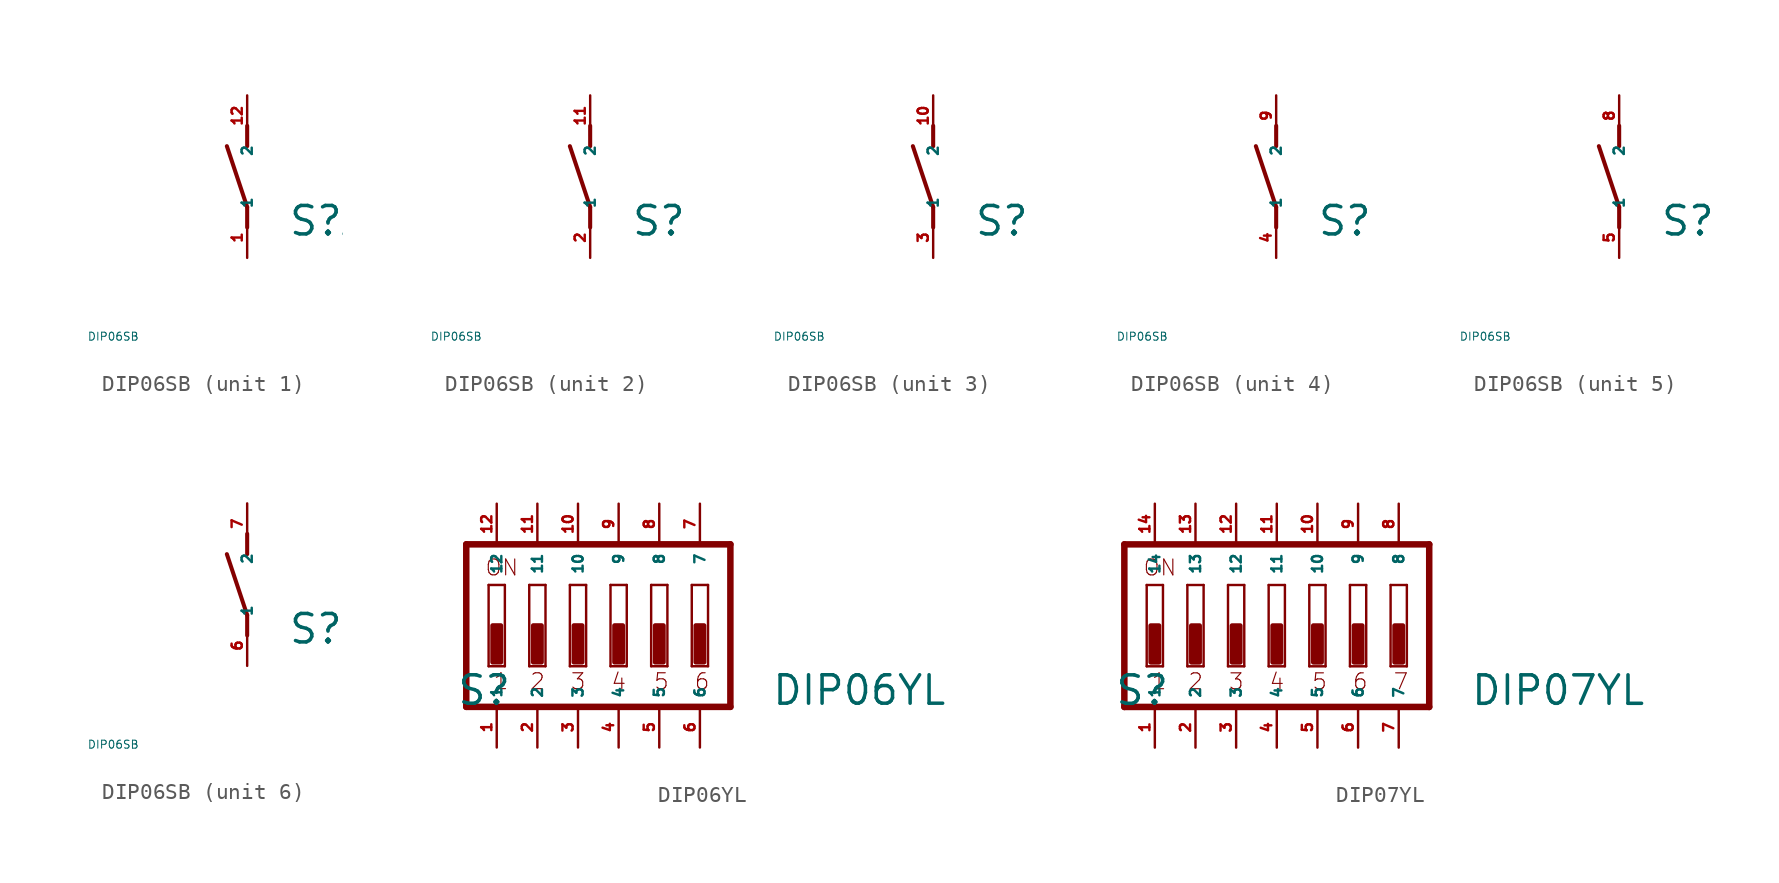
<source format=kicad_sym>
(kicad_symbol_lib
  (version 20220914)
  (generator Eagle2Kicad)
  (symbol "DIP06SB"
    (property "Reference" "S"
      (at 2.54 -3.81 0)
      (effects (font (size 1.778 1.778) (thickness 0.22)) (justify left bottom)))
    (property "Value" "DIP06SB"
      (at -10 -10 0)
      (effects (font (size 0.5 0.5) (thickness 0.06)) (justify left)))
    (symbol "DIP06SB_1_0"
      (polyline (pts (xy 0 -3.175) (xy 0 -1.905)) (stroke (width 0.254) (type default)) (fill (type none)))
      (polyline (pts (xy 0 -1.905) (xy -1.27 1.905)) (stroke (width 0.254) (type default)) (fill (type none)))
      (polyline (pts (xy 0 1.905) (xy 0 3.175)) (stroke (width 0.254) (type default)) (fill (type none)))
      (pin passive line (at 0 -5.08 90) (length 2.54) (name "1" (effects (font (size 0.635 0.635) (thickness 0.08)) (justify left bottom))) (number "1" (effects (font (size 0.635 0.635) (thickness 0.08)) (justify left bottom))))
      (pin passive line (at 0 5.08 270) (length 2.54) (name "2" (effects (font (size 0.635 0.635) (thickness 0.08)) (justify left bottom))) (number "12" (effects (font (size 0.635 0.635) (thickness 0.08)) (justify left bottom)))))
    (symbol "DIP06SB_2_0"
      (polyline (pts (xy 0 -3.175) (xy 0 -1.905)) (stroke (width 0.254) (type default)) (fill (type none)))
      (polyline (pts (xy 0 -1.905) (xy -1.27 1.905)) (stroke (width 0.254) (type default)) (fill (type none)))
      (polyline (pts (xy 0 1.905) (xy 0 3.175)) (stroke (width 0.254) (type default)) (fill (type none)))
      (pin passive line (at 0 -5.08 90) (length 2.54) (name "1" (effects (font (size 0.635 0.635) (thickness 0.08)) (justify left bottom))) (number "2" (effects (font (size 0.635 0.635) (thickness 0.08)) (justify left bottom))))
      (pin passive line (at 0 5.08 270) (length 2.54) (name "2" (effects (font (size 0.635 0.635) (thickness 0.08)) (justify left bottom))) (number "11" (effects (font (size 0.635 0.635) (thickness 0.08)) (justify left bottom)))))
    (symbol "DIP06SB_3_0"
      (polyline (pts (xy 0 -3.175) (xy 0 -1.905)) (stroke (width 0.254) (type default)) (fill (type none)))
      (polyline (pts (xy 0 -1.905) (xy -1.27 1.905)) (stroke (width 0.254) (type default)) (fill (type none)))
      (polyline (pts (xy 0 1.905) (xy 0 3.175)) (stroke (width 0.254) (type default)) (fill (type none)))
      (pin passive line (at 0 -5.08 90) (length 2.54) (name "1" (effects (font (size 0.635 0.635) (thickness 0.08)) (justify left bottom))) (number "3" (effects (font (size 0.635 0.635) (thickness 0.08)) (justify left bottom))))
      (pin passive line (at 0 5.08 270) (length 2.54) (name "2" (effects (font (size 0.635 0.635) (thickness 0.08)) (justify left bottom))) (number "10" (effects (font (size 0.635 0.635) (thickness 0.08)) (justify left bottom)))))
    (symbol "DIP06SB_4_0"
      (polyline (pts (xy 0 -3.175) (xy 0 -1.905)) (stroke (width 0.254) (type default)) (fill (type none)))
      (polyline (pts (xy 0 -1.905) (xy -1.27 1.905)) (stroke (width 0.254) (type default)) (fill (type none)))
      (polyline (pts (xy 0 1.905) (xy 0 3.175)) (stroke (width 0.254) (type default)) (fill (type none)))
      (pin passive line (at 0 -5.08 90) (length 2.54) (name "1" (effects (font (size 0.635 0.635) (thickness 0.08)) (justify left bottom))) (number "4" (effects (font (size 0.635 0.635) (thickness 0.08)) (justify left bottom))))
      (pin passive line (at 0 5.08 270) (length 2.54) (name "2" (effects (font (size 0.635 0.635) (thickness 0.08)) (justify left bottom))) (number "9" (effects (font (size 0.635 0.635) (thickness 0.08)) (justify left bottom)))))
    (symbol "DIP06SB_5_0"
      (polyline (pts (xy 0 -3.175) (xy 0 -1.905)) (stroke (width 0.254) (type default)) (fill (type none)))
      (polyline (pts (xy 0 -1.905) (xy -1.27 1.905)) (stroke (width 0.254) (type default)) (fill (type none)))
      (polyline (pts (xy 0 1.905) (xy 0 3.175)) (stroke (width 0.254) (type default)) (fill (type none)))
      (pin passive line (at 0 -5.08 90) (length 2.54) (name "1" (effects (font (size 0.635 0.635) (thickness 0.08)) (justify left bottom))) (number "5" (effects (font (size 0.635 0.635) (thickness 0.08)) (justify left bottom))))
      (pin passive line (at 0 5.08 270) (length 2.54) (name "2" (effects (font (size 0.635 0.635) (thickness 0.08)) (justify left bottom))) (number "8" (effects (font (size 0.635 0.635) (thickness 0.08)) (justify left bottom)))))
    (symbol "DIP06SB_6_0"
      (polyline (pts (xy 0 -3.175) (xy 0 -1.905)) (stroke (width 0.254) (type default)) (fill (type none)))
      (polyline (pts (xy 0 -1.905) (xy -1.27 1.905)) (stroke (width 0.254) (type default)) (fill (type none)))
      (polyline (pts (xy 0 1.905) (xy 0 3.175)) (stroke (width 0.254) (type default)) (fill (type none)))
      (pin passive line (at 0 -5.08 90) (length 2.54) (name "1" (effects (font (size 0.635 0.635) (thickness 0.08)) (justify left bottom))) (number "6" (effects (font (size 0.635 0.635) (thickness 0.08)) (justify left bottom))))
      (pin passive line (at 0 5.08 270) (length 2.54) (name "2" (effects (font (size 0.635 0.635) (thickness 0.08)) (justify left bottom))) (number "7" (effects (font (size 0.635 0.635) (thickness 0.08)) (justify left bottom))))))
  (symbol "DIP06YL"
    (property "Reference" "S"
      (at -10.16 -5.08 0)
      (effects (font (size 1.778 1.778) (thickness 0.22)) (justify left bottom)))
    (property "Value" "DIP06YL"
      (at 9.525 -5.08 0)
      (effects (font (size 1.778 1.778) (thickness 0.22)) (justify left bottom)))
    (polyline
      (pts (xy 6.985 5.08) (xy -9.525 5.08))
      (stroke (width 0.406) (type default))
      (fill (type none)))
    (polyline
      (pts (xy -9.525 5.08) (xy -9.525 -5.08))
      (stroke (width 0.406) (type default))
      (fill (type none)))
    (polyline
      (pts (xy -9.525 -5.08) (xy 6.985 -5.08))
      (stroke (width 0.406) (type default))
      (fill (type none)))
    (polyline
      (pts (xy 6.985 -5.08) (xy 6.985 5.08))
      (stroke (width 0.406) (type default))
      (fill (type none)))
    (polyline
      (pts (xy -7.112 -2.54) (xy -8.128 -2.54))
      (stroke (width 0.152) (type default))
      (fill (type none)))
    (polyline
      (pts (xy -8.128 2.54) (xy -7.112 2.54))
      (stroke (width 0.152) (type default))
      (fill (type none)))
    (polyline
      (pts (xy -7.112 2.54) (xy -7.112 -2.54))
      (stroke (width 0.152) (type default))
      (fill (type none)))
    (polyline
      (pts (xy -8.128 -2.54) (xy -8.128 2.54))
      (stroke (width 0.152) (type default))
      (fill (type none)))
    (polyline
      (pts (xy -4.572 -2.54) (xy -5.588 -2.54))
      (stroke (width 0.152) (type default))
      (fill (type none)))
    (polyline
      (pts (xy -5.588 2.54) (xy -4.572 2.54))
      (stroke (width 0.152) (type default))
      (fill (type none)))
    (polyline
      (pts (xy -4.572 2.54) (xy -4.572 -2.54))
      (stroke (width 0.152) (type default))
      (fill (type none)))
    (polyline
      (pts (xy -5.588 -2.54) (xy -5.588 2.54))
      (stroke (width 0.152) (type default))
      (fill (type none)))
    (polyline
      (pts (xy -2.032 -2.54) (xy -3.048 -2.54))
      (stroke (width 0.152) (type default))
      (fill (type none)))
    (polyline
      (pts (xy -3.048 2.54) (xy -2.032 2.54))
      (stroke (width 0.152) (type default))
      (fill (type none)))
    (polyline
      (pts (xy -2.032 2.54) (xy -2.032 -2.54))
      (stroke (width 0.152) (type default))
      (fill (type none)))
    (polyline
      (pts (xy -3.048 -2.54) (xy -3.048 2.54))
      (stroke (width 0.152) (type default))
      (fill (type none)))
    (polyline
      (pts (xy 0.508 -2.54) (xy -0.508 -2.54))
      (stroke (width 0.152) (type default))
      (fill (type none)))
    (polyline
      (pts (xy -0.508 2.54) (xy 0.508 2.54))
      (stroke (width 0.152) (type default))
      (fill (type none)))
    (polyline
      (pts (xy 0.508 2.54) (xy 0.508 -2.54))
      (stroke (width 0.152) (type default))
      (fill (type none)))
    (polyline
      (pts (xy -0.508 -2.54) (xy -0.508 2.54))
      (stroke (width 0.152) (type default))
      (fill (type none)))
    (polyline
      (pts (xy 3.048 -2.54) (xy 2.032 -2.54))
      (stroke (width 0.152) (type default))
      (fill (type none)))
    (polyline
      (pts (xy 2.032 2.54) (xy 3.048 2.54))
      (stroke (width 0.152) (type default))
      (fill (type none)))
    (polyline
      (pts (xy 3.048 2.54) (xy 3.048 -2.54))
      (stroke (width 0.152) (type default))
      (fill (type none)))
    (polyline
      (pts (xy 2.032 -2.54) (xy 2.032 2.54))
      (stroke (width 0.152) (type default))
      (fill (type none)))
    (polyline
      (pts (xy 5.588 -2.54) (xy 4.572 -2.54))
      (stroke (width 0.152) (type default))
      (fill (type none)))
    (polyline
      (pts (xy 4.572 2.54) (xy 5.588 2.54))
      (stroke (width 0.152) (type default))
      (fill (type none)))
    (polyline
      (pts (xy 5.588 2.54) (xy 5.588 -2.54))
      (stroke (width 0.152) (type default))
      (fill (type none)))
    (polyline
      (pts (xy 4.572 -2.54) (xy 4.572 2.54))
      (stroke (width 0.152) (type default))
      (fill (type none)))
    (text "1"
      (at -7.874 -4.064 0)
      (effects (font (size 0.991 0.991) (thickness 0.07)) (justify left bottom)))
    (text "2"
      (at -5.588 -4.064 0)
      (effects (font (size 0.991 0.991) (thickness 0.07)) (justify left bottom)))
    (text "3"
      (at -3.048 -4.064 0)
      (effects (font (size 0.991 0.991) (thickness 0.07)) (justify left bottom)))
    (text "4"
      (at -0.508 -4.064 0)
      (effects (font (size 0.991 0.991) (thickness 0.07)) (justify left bottom)))
    (text "5"
      (at 2.159 -4.064 0)
      (effects (font (size 0.991 0.991) (thickness 0.07)) (justify left bottom)))
    (text "6"
      (at 4.699 -4.064 0)
      (effects (font (size 0.991 0.991) (thickness 0.07)) (justify left bottom)))
    (text "ON"
      (at -8.382 3.048 0)
      (effects (font (size 0.991 0.991) (thickness 0.07)) (justify left bottom)))
    (rectangle
      (start -7.874 -2.286)
      (end -7.366 0)
      (stroke (width 0.3) (type default))
      (fill (type outline)))
    (rectangle
      (start -5.334 -2.286)
      (end -4.826 0)
      (stroke (width 0.3) (type default))
      (fill (type outline)))
    (rectangle
      (start -2.794 -2.286)
      (end -2.286 0)
      (stroke (width 0.3) (type default))
      (fill (type outline)))
    (rectangle
      (start -0.254 -2.286)
      (end 0.254 0)
      (stroke (width 0.3) (type default))
      (fill (type outline)))
    (rectangle
      (start 2.286 -2.286)
      (end 2.794 0)
      (stroke (width 0.3) (type default))
      (fill (type outline)))
    (rectangle
      (start 4.826 -2.286)
      (end 5.334 0)
      (stroke (width 0.3) (type default))
      (fill (type outline)))
    (pin passive line
      (at 5.08 7.62 270)
      (length 2.54)
      (name "7" (effects (font (size 0.635 0.635) (thickness 0.08)) (justify left bottom)))
      (number "7" (effects (font (size 0.635 0.635) (thickness 0.08)) (justify left bottom))))
    (pin passive line
      (at 2.54 7.62 270)
      (length 2.54)
      (name "8" (effects (font (size 0.635 0.635) (thickness 0.08)) (justify left bottom)))
      (number "8" (effects (font (size 0.635 0.635) (thickness 0.08)) (justify left bottom))))
    (pin passive line
      (at 0 7.62 270)
      (length 2.54)
      (name "9" (effects (font (size 0.635 0.635) (thickness 0.08)) (justify left bottom)))
      (number "9" (effects (font (size 0.635 0.635) (thickness 0.08)) (justify left bottom))))
    (pin passive line
      (at -2.54 7.62 270)
      (length 2.54)
      (name "10" (effects (font (size 0.635 0.635) (thickness 0.08)) (justify left bottom)))
      (number "10" (effects (font (size 0.635 0.635) (thickness 0.08)) (justify left bottom))))
    (pin passive line
      (at -5.08 7.62 270)
      (length 2.54)
      (name "11" (effects (font (size 0.635 0.635) (thickness 0.08)) (justify left bottom)))
      (number "11" (effects (font (size 0.635 0.635) (thickness 0.08)) (justify left bottom))))
    (pin passive line
      (at -7.62 7.62 270)
      (length 2.54)
      (name "12" (effects (font (size 0.635 0.635) (thickness 0.08)) (justify left bottom)))
      (number "12" (effects (font (size 0.635 0.635) (thickness 0.08)) (justify left bottom))))
    (pin passive line
      (at -7.62 -7.62 90)
      (length 2.54)
      (name "1" (effects (font (size 0.635 0.635) (thickness 0.08)) (justify left bottom)))
      (number "1" (effects (font (size 0.635 0.635) (thickness 0.08)) (justify left bottom))))
    (pin passive line
      (at -5.08 -7.62 90)
      (length 2.54)
      (name "2" (effects (font (size 0.635 0.635) (thickness 0.08)) (justify left bottom)))
      (number "2" (effects (font (size 0.635 0.635) (thickness 0.08)) (justify left bottom))))
    (pin passive line
      (at -2.54 -7.62 90)
      (length 2.54)
      (name "3" (effects (font (size 0.635 0.635) (thickness 0.08)) (justify left bottom)))
      (number "3" (effects (font (size 0.635 0.635) (thickness 0.08)) (justify left bottom))))
    (pin passive line
      (at 0 -7.62 90)
      (length 2.54)
      (name "4" (effects (font (size 0.635 0.635) (thickness 0.08)) (justify left bottom)))
      (number "4" (effects (font (size 0.635 0.635) (thickness 0.08)) (justify left bottom))))
    (pin passive line
      (at 2.54 -7.62 90)
      (length 2.54)
      (name "5" (effects (font (size 0.635 0.635) (thickness 0.08)) (justify left bottom)))
      (number "5" (effects (font (size 0.635 0.635) (thickness 0.08)) (justify left bottom))))
    (pin passive line
      (at 5.08 -7.62 90)
      (length 2.54)
      (name "6" (effects (font (size 0.635 0.635) (thickness 0.08)) (justify left bottom)))
      (number "6" (effects (font (size 0.635 0.635) (thickness 0.08)) (justify left bottom)))))
  (symbol "DIP07YL"
    (property "Reference" "S"
      (at -10.16 -5.08 0)
      (effects (font (size 1.778 1.778) (thickness 0.22)) (justify left bottom)))
    (property "Value" "DIP07YL"
      (at 12.065 -5.08 0)
      (effects (font (size 1.778 1.778) (thickness 0.22)) (justify left bottom)))
    (polyline
      (pts (xy 9.525 5.08) (xy -9.525 5.08))
      (stroke (width 0.406) (type default))
      (fill (type none)))
    (polyline
      (pts (xy -9.525 5.08) (xy -9.525 -5.08))
      (stroke (width 0.406) (type default))
      (fill (type none)))
    (polyline
      (pts (xy -9.525 -5.08) (xy 9.525 -5.08))
      (stroke (width 0.406) (type default))
      (fill (type none)))
    (polyline
      (pts (xy 9.525 -5.08) (xy 9.525 5.08))
      (stroke (width 0.406) (type default))
      (fill (type none)))
    (polyline
      (pts (xy -7.112 -2.54) (xy -8.128 -2.54))
      (stroke (width 0.152) (type default))
      (fill (type none)))
    (polyline
      (pts (xy -8.128 2.54) (xy -7.112 2.54))
      (stroke (width 0.152) (type default))
      (fill (type none)))
    (polyline
      (pts (xy -7.112 2.54) (xy -7.112 -2.54))
      (stroke (width 0.152) (type default))
      (fill (type none)))
    (polyline
      (pts (xy -8.128 -2.54) (xy -8.128 2.54))
      (stroke (width 0.152) (type default))
      (fill (type none)))
    (polyline
      (pts (xy -4.572 -2.54) (xy -5.588 -2.54))
      (stroke (width 0.152) (type default))
      (fill (type none)))
    (polyline
      (pts (xy -5.588 2.54) (xy -4.572 2.54))
      (stroke (width 0.152) (type default))
      (fill (type none)))
    (polyline
      (pts (xy -4.572 2.54) (xy -4.572 -2.54))
      (stroke (width 0.152) (type default))
      (fill (type none)))
    (polyline
      (pts (xy -5.588 -2.54) (xy -5.588 2.54))
      (stroke (width 0.152) (type default))
      (fill (type none)))
    (polyline
      (pts (xy -2.032 -2.54) (xy -3.048 -2.54))
      (stroke (width 0.152) (type default))
      (fill (type none)))
    (polyline
      (pts (xy -3.048 2.54) (xy -2.032 2.54))
      (stroke (width 0.152) (type default))
      (fill (type none)))
    (polyline
      (pts (xy -2.032 2.54) (xy -2.032 -2.54))
      (stroke (width 0.152) (type default))
      (fill (type none)))
    (polyline
      (pts (xy -3.048 -2.54) (xy -3.048 2.54))
      (stroke (width 0.152) (type default))
      (fill (type none)))
    (polyline
      (pts (xy 0.508 -2.54) (xy -0.508 -2.54))
      (stroke (width 0.152) (type default))
      (fill (type none)))
    (polyline
      (pts (xy -0.508 2.54) (xy 0.508 2.54))
      (stroke (width 0.152) (type default))
      (fill (type none)))
    (polyline
      (pts (xy 0.508 2.54) (xy 0.508 -2.54))
      (stroke (width 0.152) (type default))
      (fill (type none)))
    (polyline
      (pts (xy -0.508 -2.54) (xy -0.508 2.54))
      (stroke (width 0.152) (type default))
      (fill (type none)))
    (polyline
      (pts (xy 3.048 -2.54) (xy 2.032 -2.54))
      (stroke (width 0.152) (type default))
      (fill (type none)))
    (polyline
      (pts (xy 2.032 2.54) (xy 3.048 2.54))
      (stroke (width 0.152) (type default))
      (fill (type none)))
    (polyline
      (pts (xy 3.048 2.54) (xy 3.048 -2.54))
      (stroke (width 0.152) (type default))
      (fill (type none)))
    (polyline
      (pts (xy 2.032 -2.54) (xy 2.032 2.54))
      (stroke (width 0.152) (type default))
      (fill (type none)))
    (polyline
      (pts (xy 5.588 -2.54) (xy 4.572 -2.54))
      (stroke (width 0.152) (type default))
      (fill (type none)))
    (polyline
      (pts (xy 4.572 2.54) (xy 5.588 2.54))
      (stroke (width 0.152) (type default))
      (fill (type none)))
    (polyline
      (pts (xy 5.588 2.54) (xy 5.588 -2.54))
      (stroke (width 0.152) (type default))
      (fill (type none)))
    (polyline
      (pts (xy 4.572 -2.54) (xy 4.572 2.54))
      (stroke (width 0.152) (type default))
      (fill (type none)))
    (polyline
      (pts (xy 8.128 -2.54) (xy 7.112 -2.54))
      (stroke (width 0.152) (type default))
      (fill (type none)))
    (polyline
      (pts (xy 7.112 2.54) (xy 8.128 2.54))
      (stroke (width 0.152) (type default))
      (fill (type none)))
    (polyline
      (pts (xy 8.128 2.54) (xy 8.128 -2.54))
      (stroke (width 0.152) (type default))
      (fill (type none)))
    (polyline
      (pts (xy 7.112 -2.54) (xy 7.112 2.54))
      (stroke (width 0.152) (type default))
      (fill (type none)))
    (text "1"
      (at -7.874 -4.064 0)
      (effects (font (size 0.991 0.991) (thickness 0.07)) (justify left bottom)))
    (text "2"
      (at -5.588 -4.064 0)
      (effects (font (size 0.991 0.991) (thickness 0.07)) (justify left bottom)))
    (text "3"
      (at -3.048 -4.064 0)
      (effects (font (size 0.991 0.991) (thickness 0.07)) (justify left bottom)))
    (text "4"
      (at -0.508 -4.064 0)
      (effects (font (size 0.991 0.991) (thickness 0.07)) (justify left bottom)))
    (text "5"
      (at 2.159 -4.064 0)
      (effects (font (size 0.991 0.991) (thickness 0.07)) (justify left bottom)))
    (text "6"
      (at 4.699 -4.064 0)
      (effects (font (size 0.991 0.991) (thickness 0.07)) (justify left bottom)))
    (text "7"
      (at 7.239 -4.064 0)
      (effects (font (size 0.991 0.991) (thickness 0.07)) (justify left bottom)))
    (text "ON"
      (at -8.382 3.048 0)
      (effects (font (size 0.991 0.991) (thickness 0.07)) (justify left bottom)))
    (rectangle
      (start -7.874 -2.286)
      (end -7.366 0)
      (stroke (width 0.3) (type default))
      (fill (type outline)))
    (rectangle
      (start -5.334 -2.286)
      (end -4.826 0)
      (stroke (width 0.3) (type default))
      (fill (type outline)))
    (rectangle
      (start -2.794 -2.286)
      (end -2.286 0)
      (stroke (width 0.3) (type default))
      (fill (type outline)))
    (rectangle
      (start -0.254 -2.286)
      (end 0.254 0)
      (stroke (width 0.3) (type default))
      (fill (type outline)))
    (rectangle
      (start 2.286 -2.286)
      (end 2.794 0)
      (stroke (width 0.3) (type default))
      (fill (type outline)))
    (rectangle
      (start 4.826 -2.286)
      (end 5.334 0)
      (stroke (width 0.3) (type default))
      (fill (type outline)))
    (rectangle
      (start 7.366 -2.286)
      (end 7.874 0)
      (stroke (width 0.3) (type default))
      (fill (type outline)))
    (pin passive line
      (at 7.62 7.62 270)
      (length 2.54)
      (name "8" (effects (font (size 0.635 0.635) (thickness 0.08)) (justify left bottom)))
      (number "8" (effects (font (size 0.635 0.635) (thickness 0.08)) (justify left bottom))))
    (pin passive line
      (at 5.08 7.62 270)
      (length 2.54)
      (name "9" (effects (font (size 0.635 0.635) (thickness 0.08)) (justify left bottom)))
      (number "9" (effects (font (size 0.635 0.635) (thickness 0.08)) (justify left bottom))))
    (pin passive line
      (at 2.54 7.62 270)
      (length 2.54)
      (name "10" (effects (font (size 0.635 0.635) (thickness 0.08)) (justify left bottom)))
      (number "10" (effects (font (size 0.635 0.635) (thickness 0.08)) (justify left bottom))))
    (pin passive line
      (at 0 7.62 270)
      (length 2.54)
      (name "11" (effects (font (size 0.635 0.635) (thickness 0.08)) (justify left bottom)))
      (number "11" (effects (font (size 0.635 0.635) (thickness 0.08)) (justify left bottom))))
    (pin passive line
      (at -2.54 7.62 270)
      (length 2.54)
      (name "12" (effects (font (size 0.635 0.635) (thickness 0.08)) (justify left bottom)))
      (number "12" (effects (font (size 0.635 0.635) (thickness 0.08)) (justify left bottom))))
    (pin passive line
      (at -5.08 7.62 270)
      (length 2.54)
      (name "13" (effects (font (size 0.635 0.635) (thickness 0.08)) (justify left bottom)))
      (number "13" (effects (font (size 0.635 0.635) (thickness 0.08)) (justify left bottom))))
    (pin passive line
      (at -7.62 7.62 270)
      (length 2.54)
      (name "14" (effects (font (size 0.635 0.635) (thickness 0.08)) (justify left bottom)))
      (number "14" (effects (font (size 0.635 0.635) (thickness 0.08)) (justify left bottom))))
    (pin passive line
      (at -7.62 -7.62 90)
      (length 2.54)
      (name "1" (effects (font (size 0.635 0.635) (thickness 0.08)) (justify left bottom)))
      (number "1" (effects (font (size 0.635 0.635) (thickness 0.08)) (justify left bottom))))
    (pin passive line
      (at -5.08 -7.62 90)
      (length 2.54)
      (name "2" (effects (font (size 0.635 0.635) (thickness 0.08)) (justify left bottom)))
      (number "2" (effects (font (size 0.635 0.635) (thickness 0.08)) (justify left bottom))))
    (pin passive line
      (at -2.54 -7.62 90)
      (length 2.54)
      (name "3" (effects (font (size 0.635 0.635) (thickness 0.08)) (justify left bottom)))
      (number "3" (effects (font (size 0.635 0.635) (thickness 0.08)) (justify left bottom))))
    (pin passive line
      (at 0 -7.62 90)
      (length 2.54)
      (name "4" (effects (font (size 0.635 0.635) (thickness 0.08)) (justify left bottom)))
      (number "4" (effects (font (size 0.635 0.635) (thickness 0.08)) (justify left bottom))))
    (pin passive line
      (at 2.54 -7.62 90)
      (length 2.54)
      (name "5" (effects (font (size 0.635 0.635) (thickness 0.08)) (justify left bottom)))
      (number "5" (effects (font (size 0.635 0.635) (thickness 0.08)) (justify left bottom))))
    (pin passive line
      (at 5.08 -7.62 90)
      (length 2.54)
      (name "6" (effects (font (size 0.635 0.635) (thickness 0.08)) (justify left bottom)))
      (number "6" (effects (font (size 0.635 0.635) (thickness 0.08)) (justify left bottom))))
    (pin passive line
      (at 7.62 -7.62 90)
      (length 2.54)
      (name "7" (effects (font (size 0.635 0.635) (thickness 0.08)) (justify left bottom)))
      (number "7" (effects (font (size 0.635 0.635) (thickness 0.08)) (justify left bottom))))))
</source>
